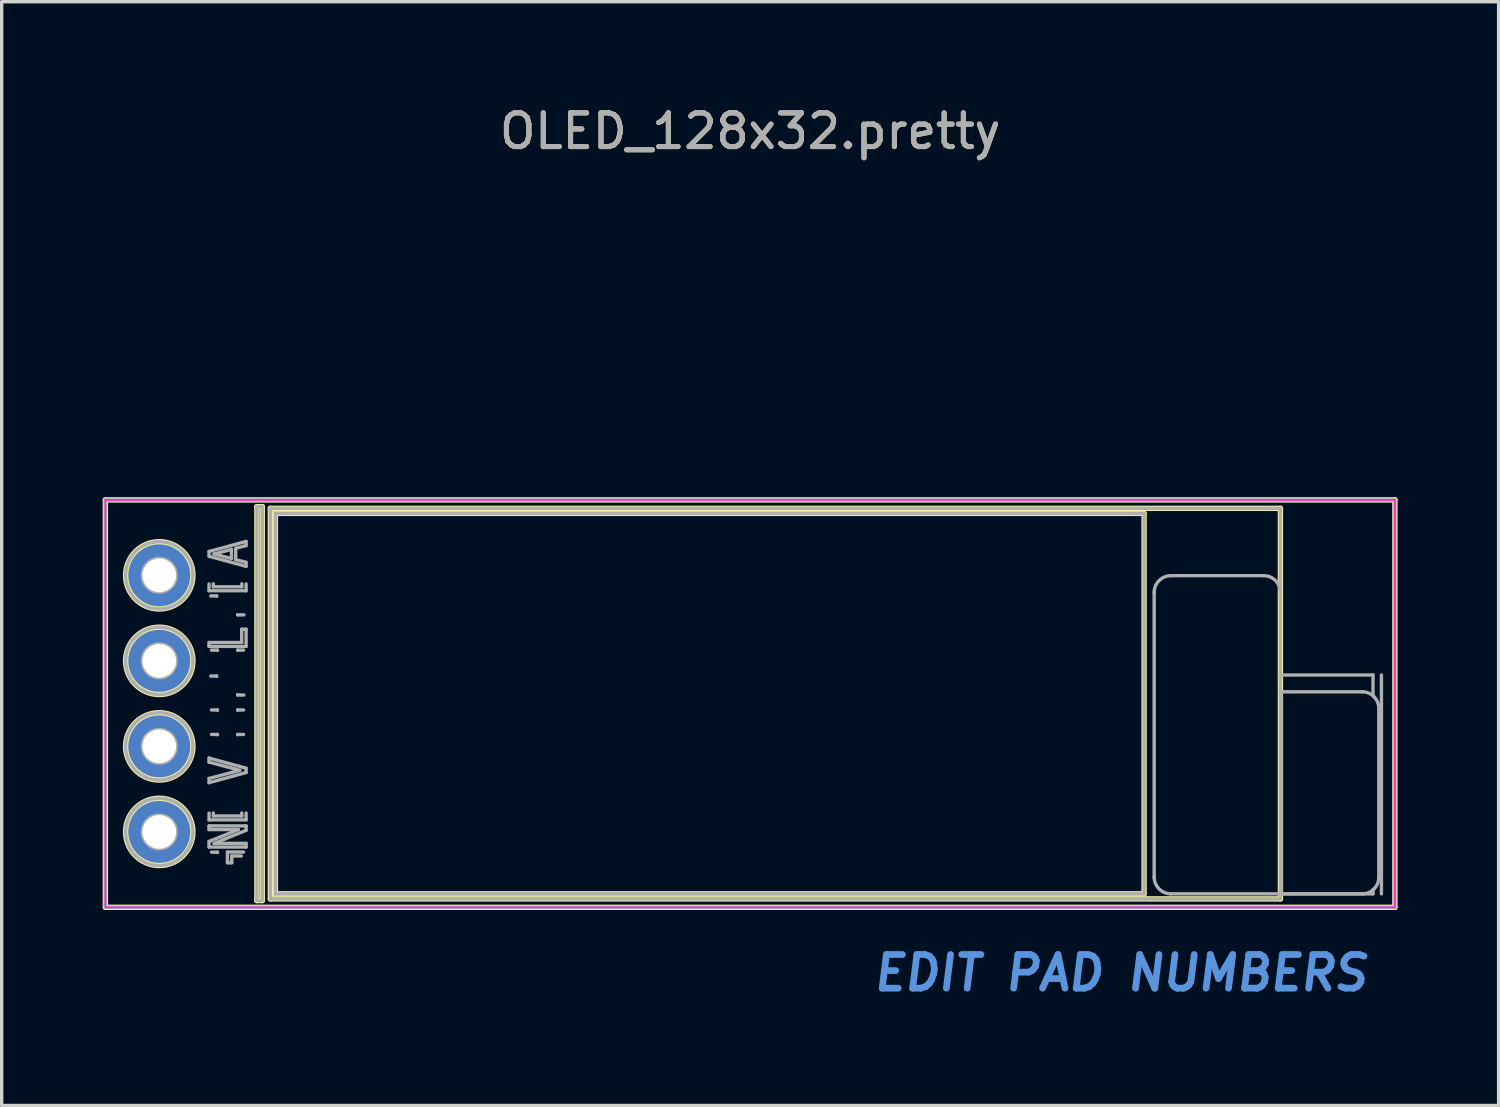
<source format=kicad_pcb>
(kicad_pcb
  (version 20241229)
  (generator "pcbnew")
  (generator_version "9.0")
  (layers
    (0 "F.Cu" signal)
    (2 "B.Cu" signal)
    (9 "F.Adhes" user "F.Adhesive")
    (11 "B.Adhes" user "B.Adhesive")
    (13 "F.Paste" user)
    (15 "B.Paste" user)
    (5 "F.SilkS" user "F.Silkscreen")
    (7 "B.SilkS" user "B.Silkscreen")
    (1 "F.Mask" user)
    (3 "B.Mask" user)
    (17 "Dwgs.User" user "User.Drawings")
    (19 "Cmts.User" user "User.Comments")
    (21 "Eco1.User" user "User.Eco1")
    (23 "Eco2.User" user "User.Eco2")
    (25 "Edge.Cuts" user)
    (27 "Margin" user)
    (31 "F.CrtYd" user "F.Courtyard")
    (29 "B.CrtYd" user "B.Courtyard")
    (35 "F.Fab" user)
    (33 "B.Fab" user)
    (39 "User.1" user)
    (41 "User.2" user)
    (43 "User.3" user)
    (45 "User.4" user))
  (footprint "OLED_128x32.pretty"
    (layer "F.Cu")
    (at 19.23 17.848)
    (property "Reference" "OLED_128x32.pretty" (at 0 -17 0) (layer "F.SilkS") (effects (font (size 1 1) (thickness 0.15))))
    (attr through_hole)
    (fp_line (start -19.15 -6.05) (end -19.15 6.05) (stroke (width 0.16) (type solid)) (layer "F.SilkS"))
    (fp_line (start -19.15 6.05) (end 19.15 6.05) (stroke (width 0.16) (type solid)) (layer "F.SilkS"))
    (fp_line (start -14.65 -5.85) (end -14.65 5.85) (stroke (width 0.16) (type solid)) (layer "F.SilkS"))
    (fp_line (start -14.65 5.85) (end -14.49 5.85) (stroke (width 0.16) (type solid)) (layer "F.SilkS"))
    (fp_line (start -14.49 -5.85) (end -14.65 -5.85) (stroke (width 0.16) (type solid)) (layer "F.SilkS"))
    (fp_line (start -14.49 5.85) (end -14.49 -5.85) (stroke (width 0.16) (type solid)) (layer "F.SilkS"))
    (fp_line (start -14.25 -5.8) (end -14.25 5.8) (stroke (width 0.16) (type solid)) (layer "F.SilkS"))
    (fp_line (start -14.25 5.8) (end 15.75 5.8) (stroke (width 0.16) (type solid)) (layer "F.SilkS"))
    (fp_line (start -14.1 -5.65) (end -14.1 5.65) (stroke (width 0.16) (type solid)) (layer "F.SilkS"))
    (fp_line (start -14.1 5.65) (end 11.7 5.65) (stroke (width 0.16) (type solid)) (layer "F.SilkS"))
    (fp_line (start 11.7 -5.65) (end -14.1 -5.65) (stroke (width 0.16) (type solid)) (layer "F.SilkS"))
    (fp_line (start 11.7 5.65) (end 11.7 -5.65) (stroke (width 0.16) (type solid)) (layer "F.SilkS"))
    (fp_line (start 15.75 -5.8) (end -14.25 -5.8) (stroke (width 0.16) (type solid)) (layer "F.SilkS"))
    (fp_line (start 15.75 5.8) (end 15.75 -5.8) (stroke (width 0.16) (type solid)) (layer "F.SilkS"))
    (fp_line (start 19.15 -6.05) (end -19.15 -6.05) (stroke (width 0.16) (type solid)) (layer "F.SilkS"))
    (fp_line (start 19.15 6.05) (end 19.15 -6.05) (stroke (width 0.16) (type solid)) (layer "F.SilkS"))
    (fp_circle (center -17.55 -3.81) (end -18.55 -3.81) (stroke (width 0.16) (type solid)) (fill no) (layer "F.SilkS"))
    (fp_circle (center -17.55 -1.27) (end -18.55 -1.27) (stroke (width 0.16) (type solid)) (fill no) (layer "F.SilkS"))
    (fp_circle (center -17.55 1.27) (end -18.55 1.27) (stroke (width 0.16) (type solid)) (fill no) (layer "F.SilkS"))
    (fp_circle (center -17.55 3.81) (end -18.55 3.81) (stroke (width 0.16) (type solid)) (fill no) (layer "F.SilkS"))
    (fp_line (start -19.15 -6.05) (end -19.15 6.05) (stroke (width 0.05) (type solid)) (layer "F.CrtYd"))
    (fp_line (start -19.15 6.05) (end 19.15 6.05) (stroke (width 0.05) (type solid)) (layer "F.CrtYd"))
    (fp_line (start 19.15 -6.05) (end -19.15 -6.05) (stroke (width 0.05) (type solid)) (layer "F.CrtYd"))
    (fp_line (start 19.15 6.05) (end 19.15 -6.05) (stroke (width 0.05) (type solid)) (layer "F.CrtYd"))
    (fp_line (start -19.15 -6.05) (end -19.15 6.05) (stroke (width 0.1) (type solid)) (layer "F.Fab"))
    (fp_line (start -19.15 6.05) (end 19.15 6.05) (stroke (width 0.1) (type solid)) (layer "F.Fab"))
    (fp_line (start -17.867 -4.128) (end -17.233 -4.128) (stroke (width 0.1) (type solid)) (layer "F.Fab"))
    (fp_line (start -17.867 -3.493) (end -17.867 -4.128) (stroke (width 0.1) (type solid)) (layer "F.Fab"))
    (fp_line (start -17.867 -3.493) (end -17.613 -3.747) (stroke (width 0.1) (type solid)) (layer "F.Fab"))
    (fp_line (start -17.867 -1.587) (end -17.233 -1.587) (stroke (width 0.1) (type solid)) (layer "F.Fab"))
    (fp_line (start -17.867 -0.953) (end -17.867 -1.587) (stroke (width 0.1) (type solid)) (layer "F.Fab"))
    (fp_line (start -17.867 -0.953) (end -17.613 -1.206) (stroke (width 0.1) (type solid)) (layer "F.Fab"))
    (fp_line (start -17.867 0.953) (end -17.233 0.953) (stroke (width 0.1) (type solid)) (layer "F.Fab"))
    (fp_line (start -17.867 1.587) (end -17.867 0.953) (stroke (width 0.1) (type solid)) (layer "F.Fab"))
    (fp_line (start -17.867 1.587) (end -17.613 1.333) (stroke (width 0.1) (type solid)) (layer "F.Fab"))
    (fp_line (start -17.867 3.493) (end -17.233 3.493) (stroke (width 0.1) (type solid)) (layer "F.Fab"))
    (fp_line (start -17.867 4.128) (end -17.867 3.493) (stroke (width 0.1) (type solid)) (layer "F.Fab"))
    (fp_line (start -17.867 4.128) (end -17.613 3.873) (stroke (width 0.1) (type solid)) (layer "F.Fab"))
    (fp_line (start -17.613 -3.873) (end -17.867 -4.128) (stroke (width 0.1) (type solid)) (layer "F.Fab"))
    (fp_line (start -17.613 -3.873) (end -17.613 -3.747) (stroke (width 0.1) (type solid)) (layer "F.Fab"))
    (fp_line (start -17.613 -3.747) (end -17.486 -3.747) (stroke (width 0.1) (type solid)) (layer "F.Fab"))
    (fp_line (start -17.613 -1.333) (end -17.867 -1.587) (stroke (width 0.1) (type solid)) (layer "F.Fab"))
    (fp_line (start -17.613 -1.333) (end -17.613 -1.206) (stroke (width 0.1) (type solid)) (layer "F.Fab"))
    (fp_line (start -17.613 -1.206) (end -17.486 -1.206) (stroke (width 0.1) (type solid)) (layer "F.Fab"))
    (fp_line (start -17.613 1.206) (end -17.867 0.953) (stroke (width 0.1) (type solid)) (layer "F.Fab"))
    (fp_line (start -17.613 1.206) (end -17.613 1.333) (stroke (width 0.1) (type solid)) (layer "F.Fab"))
    (fp_line (start -17.613 1.333) (end -17.486 1.333) (stroke (width 0.1) (type solid)) (layer "F.Fab"))
    (fp_line (start -17.613 3.747) (end -17.867 3.493) (stroke (width 0.1) (type solid)) (layer "F.Fab"))
    (fp_line (start -17.613 3.747) (end -17.613 3.873) (stroke (width 0.1) (type solid)) (layer "F.Fab"))
    (fp_line (start -17.613 3.873) (end -17.486 3.873) (stroke (width 0.1) (type solid)) (layer "F.Fab"))
    (fp_line (start -17.486 -3.873) (end -17.613 -3.873) (stroke (width 0.1) (type solid)) (layer "F.Fab"))
    (fp_line (start -17.486 -3.873) (end -17.233 -4.128) (stroke (width 0.1) (type solid)) (layer "F.Fab"))
    (fp_line (start -17.486 -3.747) (end -17.486 -3.873) (stroke (width 0.1) (type solid)) (layer "F.Fab"))
    (fp_line (start -17.486 -1.333) (end -17.613 -1.333) (stroke (width 0.1) (type solid)) (layer "F.Fab"))
    (fp_line (start -17.486 -1.333) (end -17.233 -1.587) (stroke (width 0.1) (type solid)) (layer "F.Fab"))
    (fp_line (start -17.486 -1.206) (end -17.486 -1.333) (stroke (width 0.1) (type solid)) (layer "F.Fab"))
    (fp_line (start -17.486 1.206) (end -17.613 1.206) (stroke (width 0.1) (type solid)) (layer "F.Fab"))
    (fp_line (start -17.486 1.206) (end -17.233 0.953) (stroke (width 0.1) (type solid)) (layer "F.Fab"))
    (fp_line (start -17.486 1.333) (end -17.486 1.206) (stroke (width 0.1) (type solid)) (layer "F.Fab"))
    (fp_line (start -17.486 3.747) (end -17.613 3.747) (stroke (width 0.1) (type solid)) (layer "F.Fab"))
    (fp_line (start -17.486 3.747) (end -17.233 3.493) (stroke (width 0.1) (type solid)) (layer "F.Fab"))
    (fp_line (start -17.486 3.873) (end -17.486 3.747) (stroke (width 0.1) (type solid)) (layer "F.Fab"))
    (fp_line (start -17.233 -4.128) (end -17.233 -3.493) (stroke (width 0.1) (type solid)) (layer "F.Fab"))
    (fp_line (start -17.233 -3.493) (end -17.867 -3.493) (stroke (width 0.1) (type solid)) (layer "F.Fab"))
    (fp_line (start -17.233 -3.493) (end -17.486 -3.747) (stroke (width 0.1) (type solid)) (layer "F.Fab"))
    (fp_line (start -17.233 -1.587) (end -17.233 -0.953) (stroke (width 0.1) (type solid)) (layer "F.Fab"))
    (fp_line (start -17.233 -0.953) (end -17.867 -0.953) (stroke (width 0.1) (type solid)) (layer "F.Fab"))
    (fp_line (start -17.233 -0.953) (end -17.486 -1.206) (stroke (width 0.1) (type solid)) (layer "F.Fab"))
    (fp_line (start -17.233 0.953) (end -17.233 1.587) (stroke (width 0.1) (type solid)) (layer "F.Fab"))
    (fp_line (start -17.233 1.587) (end -17.867 1.587) (stroke (width 0.1) (type solid)) (layer "F.Fab"))
    (fp_line (start -17.233 1.587) (end -17.486 1.333) (stroke (width 0.1) (type solid)) (layer "F.Fab"))
    (fp_line (start -17.233 3.493) (end -17.233 4.128) (stroke (width 0.1) (type solid)) (layer "F.Fab"))
    (fp_line (start -17.233 4.128) (end -17.867 4.128) (stroke (width 0.1) (type solid)) (layer "F.Fab"))
    (fp_line (start -17.233 4.128) (end -17.486 3.873) (stroke (width 0.1) (type solid)) (layer "F.Fab"))
    (fp_line (start -16.071 -4.519) (end -14.971 -4.816) (stroke (width 0.1) (type solid)) (layer "F.Fab"))
    (fp_line (start -16.071 -4.375) (end -16.071 -4.519) (stroke (width 0.1) (type solid)) (layer "F.Fab"))
    (fp_line (start -16.071 -3.353) (end -16.071 -3.553) (stroke (width 0.1) (type solid)) (layer "F.Fab"))
    (fp_line (start -16.071 -1.816) (end -15.102 -1.816) (stroke (width 0.1) (type solid)) (layer "F.Fab"))
    (fp_line (start -16.071 -1.699) (end -16.071 -1.816) (stroke (width 0.1) (type solid)) (layer "F.Fab"))
    (fp_line (start -16.071 1.617) (end -14.971 1.919) (stroke (width 0.1) (type solid)) (layer "F.Fab"))
    (fp_line (start -16.071 1.737) (end -16.071 1.617) (stroke (width 0.1) (type solid)) (layer "F.Fab"))
    (fp_line (start -16.071 2.223) (end -15.158 1.98) (stroke (width 0.1) (type solid)) (layer "F.Fab"))
    (fp_line (start -16.071 2.348) (end -16.071 2.223) (stroke (width 0.1) (type solid)) (layer "F.Fab"))
    (fp_line (start -16.071 3.453) (end -16.071 3.253) (stroke (width 0.1) (type solid)) (layer "F.Fab"))
    (fp_line (start -16.071 3.632) (end -14.971 3.632) (stroke (width 0.1) (type solid)) (layer "F.Fab"))
    (fp_line (start -16.071 3.741) (end -16.071 3.632) (stroke (width 0.1) (type solid)) (layer "F.Fab"))
    (fp_line (start -16.071 4.094) (end -15.201 3.741) (stroke (width 0.1) (type solid)) (layer "F.Fab"))
    (fp_line (start -16.071 4.261) (end -16.071 4.094) (stroke (width 0.1) (type solid)) (layer "F.Fab"))
    (fp_line (start -16.02 -3.199) (end -15.845 -3.199) (stroke (width 0.1) (type solid)) (layer "F.Fab"))
    (fp_line (start -16.02 -0.819) (end -15.845 -0.819) (stroke (width 0.1) (type solid)) (layer "F.Fab"))
    (fp_line (start -15.998 -1.589) (end -15.822 -1.589) (stroke (width 0.1) (type solid)) (layer "F.Fab"))
    (fp_line (start -15.998 0.189) (end -15.822 0.189) (stroke (width 0.1) (type solid)) (layer "F.Fab"))
    (fp_line (start -15.998 0.916) (end -15.822 0.916) (stroke (width 0.1) (type solid)) (layer "F.Fab"))
    (fp_line (start -15.997 4.412) (end -15.82 4.412) (stroke (width 0.1) (type solid)) (layer "F.Fab"))
    (fp_line (start -15.945 -3.469) (end -15.945 -3.558) (stroke (width 0.1) (type solid)) (layer "F.Fab"))
    (fp_line (start -15.945 3.337) (end -15.945 3.247) (stroke (width 0.1) (type solid)) (layer "F.Fab"))
    (fp_line (start -15.924 -4.444) (end -15.404 -4.581) (stroke (width 0.1) (type solid)) (layer "F.Fab"))
    (fp_line (start -15.92 4.151) (end -14.971 4.151) (stroke (width 0.1) (type solid)) (layer "F.Fab"))
    (fp_line (start -15.845 -3.199) (end -15.845 -3.19) (stroke (width 0.1) (type solid)) (layer "F.Fab"))
    (fp_line (start -15.845 -0.819) (end -15.845 -0.81) (stroke (width 0.1) (type solid)) (layer "F.Fab"))
    (fp_line (start -15.822 -1.589) (end -15.822 -1.58) (stroke (width 0.1) (type solid)) (layer "F.Fab"))
    (fp_line (start -15.822 0.189) (end -15.822 0.199) (stroke (width 0.1) (type solid)) (layer "F.Fab"))
    (fp_line (start -15.822 0.916) (end -15.822 0.925) (stroke (width 0.1) (type solid)) (layer "F.Fab"))
    (fp_line (start -15.82 4.412) (end -15.82 4.421) (stroke (width 0.1) (type solid)) (layer "F.Fab"))
    (fp_line (start -15.525 4.408) (end -15.045 4.408) (stroke (width 0.1) (type solid)) (layer "F.Fab"))
    (fp_line (start -15.525 4.727) (end -15.525 4.408) (stroke (width 0.1) (type solid)) (layer "F.Fab"))
    (fp_line (start -15.404 -4.581) (end -15.404 -4.309) (stroke (width 0.1) (type solid)) (layer "F.Fab"))
    (fp_line (start -15.404 -4.309) (end -15.924 -4.444) (stroke (width 0.1) (type solid)) (layer "F.Fab"))
    (fp_line (start -15.397 4.525) (end -15.397 4.727) (stroke (width 0.1) (type solid)) (layer "F.Fab"))
    (fp_line (start -15.397 4.727) (end -15.525 4.727) (stroke (width 0.1) (type solid)) (layer "F.Fab"))
    (fp_line (start -15.279 -4.614) (end -15.279 -4.276) (stroke (width 0.1) (type solid)) (layer "F.Fab"))
    (fp_line (start -15.279 -4.276) (end -14.971 -4.197) (stroke (width 0.1) (type solid)) (layer "F.Fab"))
    (fp_line (start -15.221 -2.635) (end -15.221 -2.643) (stroke (width 0.1) (type solid)) (layer "F.Fab"))
    (fp_line (start -15.221 -1.589) (end -15.046 -1.589) (stroke (width 0.1) (type solid)) (layer "F.Fab"))
    (fp_line (start -15.221 -1.58) (end -15.221 -1.589) (stroke (width 0.1) (type solid)) (layer "F.Fab"))
    (fp_line (start -15.221 -0.255) (end -15.221 -0.263) (stroke (width 0.1) (type solid)) (layer "F.Fab"))
    (fp_line (start -15.221 0.189) (end -15.046 0.189) (stroke (width 0.1) (type solid)) (layer "F.Fab"))
    (fp_line (start -15.221 0.198) (end -15.221 0.189) (stroke (width 0.1) (type solid)) (layer "F.Fab"))
    (fp_line (start -15.221 0.916) (end -15.046 0.916) (stroke (width 0.1) (type solid)) (layer "F.Fab"))
    (fp_line (start -15.221 0.924) (end -15.221 0.916) (stroke (width 0.1) (type solid)) (layer "F.Fab"))
    (fp_line (start -15.201 3.741) (end -16.071 3.741) (stroke (width 0.1) (type solid)) (layer "F.Fab"))
    (fp_line (start -15.158 1.98) (end -16.071 1.737) (stroke (width 0.1) (type solid)) (layer "F.Fab"))
    (fp_line (start -15.112 4.525) (end -15.397 4.525) (stroke (width 0.1) (type solid)) (layer "F.Fab"))
    (fp_line (start -15.102 -2.209) (end -14.971 -2.209) (stroke (width 0.1) (type solid)) (layer "F.Fab"))
    (fp_line (start -15.102 -1.816) (end -15.102 -2.209) (stroke (width 0.1) (type solid)) (layer "F.Fab"))
    (fp_line (start -15.098 -3.558) (end -15.098 -3.469) (stroke (width 0.1) (type solid)) (layer "F.Fab"))
    (fp_line (start -15.098 -3.469) (end -15.945 -3.469) (stroke (width 0.1) (type solid)) (layer "F.Fab"))
    (fp_line (start -15.098 3.247) (end -15.098 3.337) (stroke (width 0.1) (type solid)) (layer "F.Fab"))
    (fp_line (start -15.098 3.337) (end -15.945 3.337) (stroke (width 0.1) (type solid)) (layer "F.Fab"))
    (fp_line (start -15.037 -2.635) (end -15.221 -2.635) (stroke (width 0.1) (type solid)) (layer "F.Fab"))
    (fp_line (start -15.037 -0.255) (end -15.221 -0.255) (stroke (width 0.1) (type solid)) (layer "F.Fab"))
    (fp_line (start -14.971 -4.816) (end -14.971 -4.693) (stroke (width 0.1) (type solid)) (layer "F.Fab"))
    (fp_line (start -14.971 -4.693) (end -15.279 -4.614) (stroke (width 0.1) (type solid)) (layer "F.Fab"))
    (fp_line (start -14.971 -4.197) (end -14.971 -4.078) (stroke (width 0.1) (type solid)) (layer "F.Fab"))
    (fp_line (start -14.971 -4.078) (end -16.071 -4.375) (stroke (width 0.1) (type solid)) (layer "F.Fab"))
    (fp_line (start -14.971 -3.555) (end -14.971 -3.353) (stroke (width 0.1) (type solid)) (layer "F.Fab"))
    (fp_line (start -14.971 -3.353) (end -16.071 -3.353) (stroke (width 0.1) (type solid)) (layer "F.Fab"))
    (fp_line (start -14.971 -2.209) (end -14.971 -1.699) (stroke (width 0.1) (type solid)) (layer "F.Fab"))
    (fp_line (start -14.971 -1.699) (end -16.071 -1.699) (stroke (width 0.1) (type solid)) (layer "F.Fab"))
    (fp_line (start -14.971 1.919) (end -14.971 2.046) (stroke (width 0.1) (type solid)) (layer "F.Fab"))
    (fp_line (start -14.971 2.046) (end -16.071 2.348) (stroke (width 0.1) (type solid)) (layer "F.Fab"))
    (fp_line (start -14.971 3.251) (end -14.971 3.453) (stroke (width 0.1) (type solid)) (layer "F.Fab"))
    (fp_line (start -14.971 3.453) (end -16.071 3.453) (stroke (width 0.1) (type solid)) (layer "F.Fab"))
    (fp_line (start -14.971 3.632) (end -14.971 3.763) (stroke (width 0.1) (type solid)) (layer "F.Fab"))
    (fp_line (start -14.971 3.763) (end -15.92 4.151) (stroke (width 0.1) (type solid)) (layer "F.Fab"))
    (fp_line (start -14.971 4.151) (end -14.971 4.261) (stroke (width 0.1) (type solid)) (layer "F.Fab"))
    (fp_line (start -14.971 4.261) (end -16.071 4.261) (stroke (width 0.1) (type solid)) (layer "F.Fab"))
    (fp_line (start -14.65 -5.85) (end -14.65 5.85) (stroke (width 0.1) (type solid)) (layer "F.Fab"))
    (fp_line (start -14.65 5.85) (end -14.49 5.85) (stroke (width 0.1) (type solid)) (layer "F.Fab"))
    (fp_line (start -14.49 -5.85) (end -14.65 -5.85) (stroke (width 0.1) (type solid)) (layer "F.Fab"))
    (fp_line (start -14.49 5.85) (end -14.49 -5.85) (stroke (width 0.1) (type solid)) (layer "F.Fab"))
    (fp_line (start -14.25 -5.8) (end -14.25 5.8) (stroke (width 0.1) (type solid)) (layer "F.Fab"))
    (fp_line (start -14.25 5.8) (end 15.75 5.8) (stroke (width 0.1) (type solid)) (layer "F.Fab"))
    (fp_line (start -14.1 -5.65) (end -14.1 5.65) (stroke (width 0.1) (type solid)) (layer "F.Fab"))
    (fp_line (start -14.1 5.65) (end 11.7 5.65) (stroke (width 0.1) (type solid)) (layer "F.Fab"))
    (fp_line (start 11.7 -5.65) (end -14.1 -5.65) (stroke (width 0.1) (type solid)) (layer "F.Fab"))
    (fp_line (start 11.7 5.65) (end 11.7 -5.65) (stroke (width 0.1) (type solid)) (layer "F.Fab"))
    (fp_line (start 12 -3.3) (end 12 5.15) (stroke (width 0.1) (type solid)) (layer "F.Fab"))
    (fp_line (start 12.5 5.65) (end 15.75 5.65) (stroke (width 0.1) (type solid)) (layer "F.Fab"))
    (fp_line (start 15.25 -3.8) (end 12.5 -3.8) (stroke (width 0.1) (type solid)) (layer "F.Fab"))
    (fp_line (start 15.75 -5.8) (end -14.25 -5.8) (stroke (width 0.1) (type solid)) (layer "F.Fab"))
    (fp_line (start 15.75 -3.3) (end 15.75 -5.8) (stroke (width 0.1) (type solid)) (layer "F.Fab"))
    (fp_line (start 15.75 -0.85) (end 18.5 -0.85) (stroke (width 0.1) (type solid)) (layer "F.Fab"))
    (fp_line (start 15.75 -0.35) (end 15.75 -3.3) (stroke (width 0.1) (type solid)) (layer "F.Fab"))
    (fp_line (start 15.75 -0.35) (end 15.75 5.65) (stroke (width 0.1) (type solid)) (layer "F.Fab"))
    (fp_line (start 15.75 5.8) (end 15.75 5.65) (stroke (width 0.1) (type solid)) (layer "F.Fab"))
    (fp_line (start 15.772 -0.35) (end 15.772 5.65) (stroke (width 0.1) (type solid)) (layer "F.Fab"))
    (fp_line (start 15.772 5.65) (end 18.186 5.65) (stroke (width 0.1) (type solid)) (layer "F.Fab"))
    (fp_line (start 15.772 5.65) (end 18.5 5.65) (stroke (width 0.1) (type solid)) (layer "F.Fab"))
    (fp_line (start 18.186 -0.35) (end 15.772 -0.35) (stroke (width 0.1) (type solid)) (layer "F.Fab"))
    (fp_line (start 18.5 -0.85) (end 18.5 -0.233) (stroke (width 0.1) (type solid)) (layer "F.Fab"))
    (fp_line (start 18.5 5.533) (end 18.5 5.65) (stroke (width 0.1) (type solid)) (layer "F.Fab"))
    (fp_line (start 18.673 5.15) (end 18.673 0.15) (stroke (width 0.1) (type solid)) (layer "F.Fab"))
    (fp_line (start 18.75 -0.85) (end 18.75 5.65) (stroke (width 0.1) (type solid)) (layer "F.Fab"))
    (fp_line (start 19.15 -6.05) (end -19.15 -6.05) (stroke (width 0.1) (type solid)) (layer "F.Fab"))
    (fp_line (start 19.15 6.05) (end 19.15 -6.05) (stroke (width 0.1) (type solid)) (layer "F.Fab"))
    (fp_arc (start 12 -3.3) (mid 12.146447 -3.653553) (end 12.5 -3.8) (stroke (width 0.1) (type solid)) (layer "F.Fab"))
    (fp_arc (start 12.5 5.65) (mid 12.146447 5.503553) (end 12 5.15) (stroke (width 0.1) (type solid)) (layer "F.Fab"))
    (fp_arc (start 15.25 -3.8) (mid 15.603553 -3.653553) (end 15.75 -3.3) (stroke (width 0.1) (type solid)) (layer "F.Fab"))
    (fp_arc (start 18.186312 -0.349999) (mid 18.37435 -0.311512) (end 18.532146 -0.202241) (stroke (width 0.1) (type solid)) (layer "F.Fab"))
    (fp_arc (start 18.532146 -0.202241) (mid 18.636841 -0.039772) (end 18.673498 0.15) (stroke (width 0.1) (type solid)) (layer "F.Fab"))
    (fp_arc (start 18.532147 5.502241) (mid 18.374352 5.611513) (end 18.186313 5.65) (stroke (width 0.1) (type solid)) (layer "F.Fab"))
    (fp_arc (start 18.673497 5.15) (mid 18.636841 5.339772) (end 18.532146 5.502241) (stroke (width 0.1) (type solid)) (layer "F.Fab"))
    (fp_circle (center -17.55 -3.81) (end -18.55 -3.81) (stroke (width 0.1) (type solid)) (fill no) (layer "F.Fab"))
    (fp_circle (center -17.55 -3.81) (end -18.05 -3.81) (stroke (width 0.1) (type solid)) (fill no) (layer "F.Fab"))
    (fp_circle (center -17.55 -1.27) (end -18.55 -1.27) (stroke (width 0.1) (type solid)) (fill no) (layer "F.Fab"))
    (fp_circle (center -17.55 -1.27) (end -18.05 -1.27) (stroke (width 0.1) (type solid)) (fill no) (layer "F.Fab"))
    (fp_circle (center -17.55 1.27) (end -18.55 1.27) (stroke (width 0.1) (type solid)) (fill no) (layer "F.Fab"))
    (fp_circle (center -17.55 1.27) (end -18.05 1.27) (stroke (width 0.1) (type solid)) (fill no) (layer "F.Fab"))
    (fp_circle (center -17.55 3.81) (end -18.55 3.81) (stroke (width 0.1) (type solid)) (fill no) (layer "F.Fab"))
    (fp_circle (center -17.55 3.81) (end -18.05 3.81) (stroke (width 0.1) (type solid)) (fill no) (layer "F.Fab"))
    (fp_text user "EDIT PAD NUMBERS" (at 11 8 0) (layer "Cmts.User") (effects (font (size 1 1) (thickness 0.2) (italic yes))))
    (fp_text user "${REFERENCE}" (at 0 -17 0) (layer "F.Fab") (effects (font (size 1 1) (thickness 0.15))))
    (pad "#" thru_hole circle (at -17.55 -3.81) (size 2 2) (drill 1) (layers "*.Cu" "*.Mask"))
    (pad "#" thru_hole circle (at -17.55 -1.27) (size 2 2) (drill 1) (layers "*.Cu" "*.Mask"))
    (pad "#" thru_hole circle (at -17.55 1.27) (size 2 2) (drill 1) (layers "*.Cu" "*.Mask"))
    (pad "#" thru_hole circle (at -17.55 3.81) (size 2 2) (drill 1) (layers "*.Cu" "*.Mask")))
  (gr_rect
    (start -3 -3)
    (end 41.46 29.784)
    (stroke (width 0.1) (type default))
    (fill no)
    (layer "Edge.Cuts")))
</source>
